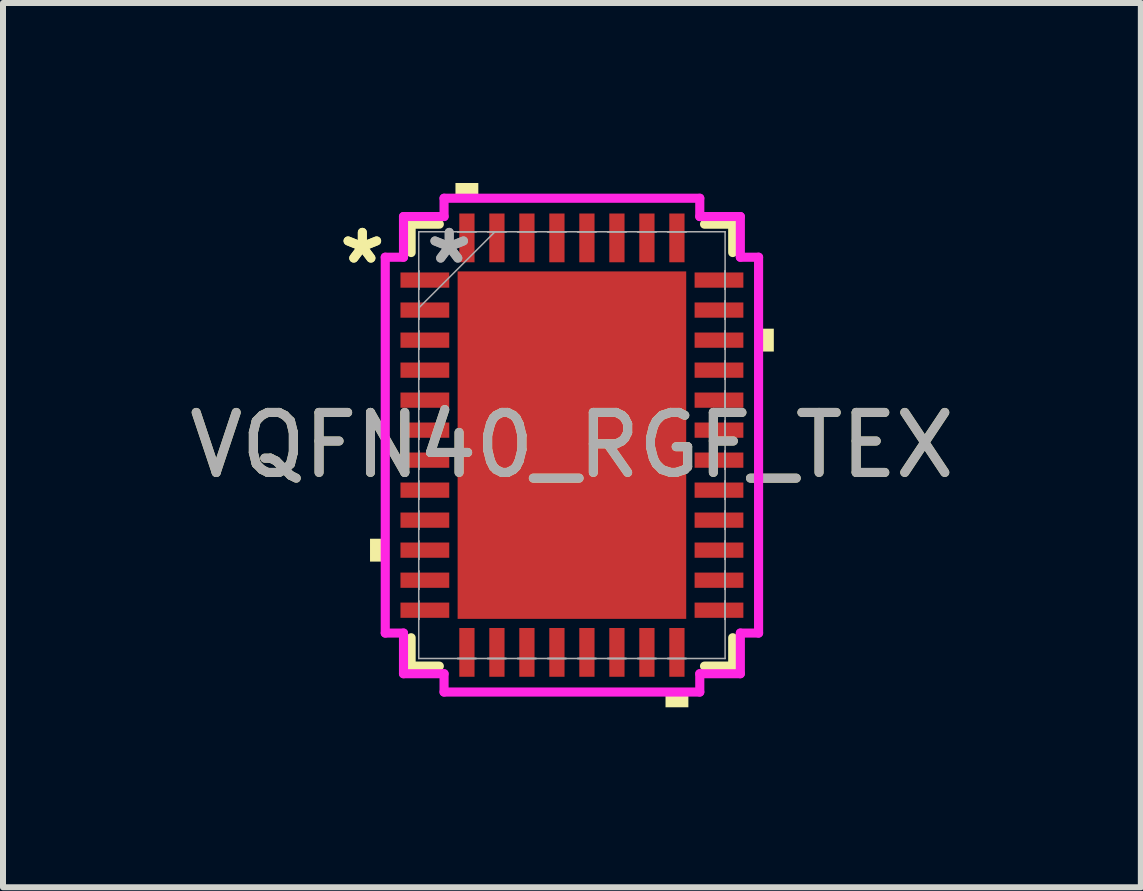
<source format=kicad_pcb>
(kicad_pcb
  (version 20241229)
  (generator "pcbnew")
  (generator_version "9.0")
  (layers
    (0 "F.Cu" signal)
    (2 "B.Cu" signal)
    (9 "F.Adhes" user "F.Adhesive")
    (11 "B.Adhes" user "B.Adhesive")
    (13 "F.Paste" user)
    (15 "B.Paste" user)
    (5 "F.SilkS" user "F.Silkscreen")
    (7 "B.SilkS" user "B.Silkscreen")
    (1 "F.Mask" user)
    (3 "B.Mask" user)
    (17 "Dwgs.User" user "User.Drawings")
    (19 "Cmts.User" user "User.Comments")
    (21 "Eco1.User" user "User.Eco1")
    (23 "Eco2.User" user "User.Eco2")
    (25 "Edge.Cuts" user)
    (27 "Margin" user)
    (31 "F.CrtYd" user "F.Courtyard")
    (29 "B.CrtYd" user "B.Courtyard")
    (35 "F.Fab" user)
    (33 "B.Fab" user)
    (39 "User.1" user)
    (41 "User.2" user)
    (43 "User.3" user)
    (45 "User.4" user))
  (footprint "VQFN40_RGF_TEX"
    (layer "F.Cu")
    (at 6.482 4.369)
    (property "Reference" "VQFN40_RGF_TEX" (at 0 0 0) (unlocked yes) (layer "F.SilkS") (effects (font (size 1 1) (thickness 0.15))))
    (attr smd)
    (fp_line (start -2.68 -3.683) (end -2.68 -3.21) (stroke (width 0.152) (type solid)) (layer "F.SilkS"))
    (fp_line (start -2.68 3.21) (end -2.68 3.683) (stroke (width 0.152) (type solid)) (layer "F.SilkS"))
    (fp_line (start -2.68 3.683) (end -2.21 3.683) (stroke (width 0.152) (type solid)) (layer "F.SilkS"))
    (fp_line (start -2.21 -3.683) (end -2.68 -3.683) (stroke (width 0.152) (type solid)) (layer "F.SilkS"))
    (fp_line (start 2.21 3.683) (end 2.68 3.683) (stroke (width 0.152) (type solid)) (layer "F.SilkS"))
    (fp_line (start 2.68 -3.683) (end 2.21 -3.683) (stroke (width 0.152) (type solid)) (layer "F.SilkS"))
    (fp_line (start 2.68 -3.21) (end 2.68 -3.683) (stroke (width 0.152) (type solid)) (layer "F.SilkS"))
    (fp_line (start 2.68 3.683) (end 2.68 3.21) (stroke (width 0.152) (type solid)) (layer "F.SilkS"))
    (fp_poly (pts (xy -3.365 1.56) (xy -3.365 1.941) (xy -3.111 1.941) (xy -3.111 1.56)) (stroke (width 0) (type solid)) (fill yes) (layer "F.SilkS"))
    (fp_poly (pts (xy -1.941 -4.115) (xy -1.941 -4.369) (xy -1.56 -4.369) (xy -1.56 -4.115)) (stroke (width 0) (type solid)) (fill yes) (layer "F.SilkS"))
    (fp_poly (pts (xy 1.56 4.115) (xy 1.56 4.369) (xy 1.941 4.369) (xy 1.941 4.115)) (stroke (width 0) (type solid)) (fill yes) (layer "F.SilkS"))
    (fp_poly (pts (xy 3.365 -1.941) (xy 3.365 -1.56) (xy 3.111 -1.56) (xy 3.111 -1.941)) (stroke (width 0) (type solid)) (fill yes) (layer "F.SilkS"))
    (fp_poly (pts (xy -1.805 -2.796) (xy -1.805 -1.548) (xy -0.735 -1.548) (xy -0.735 -2.796)) (stroke (width 0) (type solid)) (fill yes) (layer "F.Paste"))
    (fp_poly (pts (xy -1.805 -1.348) (xy -1.805 -0.1) (xy -0.735 -0.1) (xy -0.735 -1.348)) (stroke (width 0) (type solid)) (fill yes) (layer "F.Paste"))
    (fp_poly (pts (xy -1.805 0.1) (xy -1.805 1.348) (xy -0.735 1.348) (xy -0.735 0.1)) (stroke (width 0) (type solid)) (fill yes) (layer "F.Paste"))
    (fp_poly (pts (xy -1.805 1.548) (xy -1.805 2.796) (xy -0.735 2.796) (xy -0.735 1.548)) (stroke (width 0) (type solid)) (fill yes) (layer "F.Paste"))
    (fp_poly (pts (xy -0.535 -2.796) (xy -0.535 -1.548) (xy 0.535 -1.548) (xy 0.535 -2.796)) (stroke (width 0) (type solid)) (fill yes) (layer "F.Paste"))
    (fp_poly (pts (xy -0.535 -1.348) (xy -0.535 -0.1) (xy 0.535 -0.1) (xy 0.535 -1.348)) (stroke (width 0) (type solid)) (fill yes) (layer "F.Paste"))
    (fp_poly (pts (xy -0.535 0.1) (xy -0.535 1.348) (xy 0.535 1.348) (xy 0.535 0.1)) (stroke (width 0) (type solid)) (fill yes) (layer "F.Paste"))
    (fp_poly (pts (xy -0.535 1.548) (xy -0.535 2.796) (xy 0.535 2.796) (xy 0.535 1.548)) (stroke (width 0) (type solid)) (fill yes) (layer "F.Paste"))
    (fp_poly (pts (xy 0.735 -2.796) (xy 0.735 -1.548) (xy 1.805 -1.548) (xy 1.805 -2.796)) (stroke (width 0) (type solid)) (fill yes) (layer "F.Paste"))
    (fp_poly (pts (xy 0.735 -1.348) (xy 0.735 -0.1) (xy 1.805 -0.1) (xy 1.805 -1.348)) (stroke (width 0) (type solid)) (fill yes) (layer "F.Paste"))
    (fp_poly (pts (xy 0.735 0.1) (xy 0.735 1.348) (xy 1.805 1.348) (xy 1.805 0.1)) (stroke (width 0) (type solid)) (fill yes) (layer "F.Paste"))
    (fp_poly (pts (xy 0.735 1.548) (xy 0.735 2.796) (xy 1.805 2.796) (xy 1.805 1.548)) (stroke (width 0) (type solid)) (fill yes) (layer "F.Paste"))
    (fp_line (start -3.111 -3.132) (end -2.807 -3.132) (stroke (width 0.152) (type solid)) (layer "F.CrtYd"))
    (fp_line (start -3.111 3.132) (end -3.111 -3.132) (stroke (width 0.152) (type solid)) (layer "F.CrtYd"))
    (fp_line (start -2.807 -3.81) (end -2.131 -3.81) (stroke (width 0.152) (type solid)) (layer "F.CrtYd"))
    (fp_line (start -2.807 -3.132) (end -2.807 -3.81) (stroke (width 0.152) (type solid)) (layer "F.CrtYd"))
    (fp_line (start -2.807 3.132) (end -3.111 3.132) (stroke (width 0.152) (type solid)) (layer "F.CrtYd"))
    (fp_line (start -2.807 3.81) (end -2.807 3.132) (stroke (width 0.152) (type solid)) (layer "F.CrtYd"))
    (fp_line (start -2.131 -4.115) (end 2.131 -4.115) (stroke (width 0.152) (type solid)) (layer "F.CrtYd"))
    (fp_line (start -2.131 -3.81) (end -2.131 -4.115) (stroke (width 0.152) (type solid)) (layer "F.CrtYd"))
    (fp_line (start -2.131 3.81) (end -2.807 3.81) (stroke (width 0.152) (type solid)) (layer "F.CrtYd"))
    (fp_line (start -2.131 4.115) (end -2.131 3.81) (stroke (width 0.152) (type solid)) (layer "F.CrtYd"))
    (fp_line (start 2.131 -4.115) (end 2.131 -3.81) (stroke (width 0.152) (type solid)) (layer "F.CrtYd"))
    (fp_line (start 2.131 -3.81) (end 2.807 -3.81) (stroke (width 0.152) (type solid)) (layer "F.CrtYd"))
    (fp_line (start 2.131 3.81) (end 2.131 4.115) (stroke (width 0.152) (type solid)) (layer "F.CrtYd"))
    (fp_line (start 2.131 4.115) (end -2.131 4.115) (stroke (width 0.152) (type solid)) (layer "F.CrtYd"))
    (fp_line (start 2.807 -3.81) (end 2.807 -3.132) (stroke (width 0.152) (type solid)) (layer "F.CrtYd"))
    (fp_line (start 2.807 -3.132) (end 3.111 -3.132) (stroke (width 0.152) (type solid)) (layer "F.CrtYd"))
    (fp_line (start 2.807 3.132) (end 2.807 3.81) (stroke (width 0.152) (type solid)) (layer "F.CrtYd"))
    (fp_line (start 2.807 3.81) (end 2.131 3.81) (stroke (width 0.152) (type solid)) (layer "F.CrtYd"))
    (fp_line (start 3.111 -3.132) (end 3.111 3.132) (stroke (width 0.152) (type solid)) (layer "F.CrtYd"))
    (fp_line (start 3.111 3.132) (end 2.807 3.132) (stroke (width 0.152) (type solid)) (layer "F.CrtYd"))
    (fp_line (start -2.553 -3.556) (end -2.553 -3.556) (stroke (width 0.025) (type solid)) (layer "F.Fab"))
    (fp_line (start -2.553 -3.556) (end -2.553 3.556) (stroke (width 0.025) (type solid)) (layer "F.Fab"))
    (fp_line (start -2.553 -2.903) (end -2.553 -2.903) (stroke (width 0.025) (type solid)) (layer "F.Fab"))
    (fp_line (start -2.553 -2.903) (end -2.553 -2.598) (stroke (width 0.025) (type solid)) (layer "F.Fab"))
    (fp_line (start -2.553 -2.598) (end -2.553 -2.903) (stroke (width 0.025) (type solid)) (layer "F.Fab"))
    (fp_line (start -2.553 -2.598) (end -2.553 -2.598) (stroke (width 0.025) (type solid)) (layer "F.Fab"))
    (fp_line (start -2.553 -2.403) (end -2.553 -2.403) (stroke (width 0.025) (type solid)) (layer "F.Fab"))
    (fp_line (start -2.553 -2.403) (end -2.553 -2.098) (stroke (width 0.025) (type solid)) (layer "F.Fab"))
    (fp_line (start -2.553 -2.286) (end -1.283 -3.556) (stroke (width 0.025) (type solid)) (layer "F.Fab"))
    (fp_line (start -2.553 -2.098) (end -2.553 -2.403) (stroke (width 0.025) (type solid)) (layer "F.Fab"))
    (fp_line (start -2.553 -2.098) (end -2.553 -2.098) (stroke (width 0.025) (type solid)) (layer "F.Fab"))
    (fp_line (start -2.553 -1.903) (end -2.553 -1.903) (stroke (width 0.025) (type solid)) (layer "F.Fab"))
    (fp_line (start -2.553 -1.903) (end -2.553 -1.598) (stroke (width 0.025) (type solid)) (layer "F.Fab"))
    (fp_line (start -2.553 -1.598) (end -2.553 -1.903) (stroke (width 0.025) (type solid)) (layer "F.Fab"))
    (fp_line (start -2.553 -1.598) (end -2.553 -1.598) (stroke (width 0.025) (type solid)) (layer "F.Fab"))
    (fp_line (start -2.553 -1.403) (end -2.553 -1.403) (stroke (width 0.025) (type solid)) (layer "F.Fab"))
    (fp_line (start -2.553 -1.403) (end -2.553 -1.098) (stroke (width 0.025) (type solid)) (layer "F.Fab"))
    (fp_line (start -2.553 -1.098) (end -2.553 -1.403) (stroke (width 0.025) (type solid)) (layer "F.Fab"))
    (fp_line (start -2.553 -1.098) (end -2.553 -1.098) (stroke (width 0.025) (type solid)) (layer "F.Fab"))
    (fp_line (start -2.553 -0.903) (end -2.553 -0.903) (stroke (width 0.025) (type solid)) (layer "F.Fab"))
    (fp_line (start -2.553 -0.903) (end -2.553 -0.598) (stroke (width 0.025) (type solid)) (layer "F.Fab"))
    (fp_line (start -2.553 -0.598) (end -2.553 -0.903) (stroke (width 0.025) (type solid)) (layer "F.Fab"))
    (fp_line (start -2.553 -0.598) (end -2.553 -0.598) (stroke (width 0.025) (type solid)) (layer "F.Fab"))
    (fp_line (start -2.553 -0.402) (end -2.553 -0.402) (stroke (width 0.025) (type solid)) (layer "F.Fab"))
    (fp_line (start -2.553 -0.402) (end -2.553 -0.098) (stroke (width 0.025) (type solid)) (layer "F.Fab"))
    (fp_line (start -2.553 -0.098) (end -2.553 -0.402) (stroke (width 0.025) (type solid)) (layer "F.Fab"))
    (fp_line (start -2.553 -0.098) (end -2.553 -0.098) (stroke (width 0.025) (type solid)) (layer "F.Fab"))
    (fp_line (start -2.553 0.098) (end -2.553 0.098) (stroke (width 0.025) (type solid)) (layer "F.Fab"))
    (fp_line (start -2.553 0.098) (end -2.553 0.402) (stroke (width 0.025) (type solid)) (layer "F.Fab"))
    (fp_line (start -2.553 0.402) (end -2.553 0.098) (stroke (width 0.025) (type solid)) (layer "F.Fab"))
    (fp_line (start -2.553 0.402) (end -2.553 0.402) (stroke (width 0.025) (type solid)) (layer "F.Fab"))
    (fp_line (start -2.553 0.598) (end -2.553 0.598) (stroke (width 0.025) (type solid)) (layer "F.Fab"))
    (fp_line (start -2.553 0.598) (end -2.553 0.903) (stroke (width 0.025) (type solid)) (layer "F.Fab"))
    (fp_line (start -2.553 0.903) (end -2.553 0.598) (stroke (width 0.025) (type solid)) (layer "F.Fab"))
    (fp_line (start -2.553 0.903) (end -2.553 0.903) (stroke (width 0.025) (type solid)) (layer "F.Fab"))
    (fp_line (start -2.553 1.098) (end -2.553 1.098) (stroke (width 0.025) (type solid)) (layer "F.Fab"))
    (fp_line (start -2.553 1.098) (end -2.553 1.403) (stroke (width 0.025) (type solid)) (layer "F.Fab"))
    (fp_line (start -2.553 1.403) (end -2.553 1.098) (stroke (width 0.025) (type solid)) (layer "F.Fab"))
    (fp_line (start -2.553 1.403) (end -2.553 1.403) (stroke (width 0.025) (type solid)) (layer "F.Fab"))
    (fp_line (start -2.553 1.598) (end -2.553 1.598) (stroke (width 0.025) (type solid)) (layer "F.Fab"))
    (fp_line (start -2.553 1.598) (end -2.553 1.903) (stroke (width 0.025) (type solid)) (layer "F.Fab"))
    (fp_line (start -2.553 1.903) (end -2.553 1.598) (stroke (width 0.025) (type solid)) (layer "F.Fab"))
    (fp_line (start -2.553 1.903) (end -2.553 1.903) (stroke (width 0.025) (type solid)) (layer "F.Fab"))
    (fp_line (start -2.553 2.098) (end -2.553 2.098) (stroke (width 0.025) (type solid)) (layer "F.Fab"))
    (fp_line (start -2.553 2.098) (end -2.553 2.403) (stroke (width 0.025) (type solid)) (layer "F.Fab"))
    (fp_line (start -2.553 2.403) (end -2.553 2.098) (stroke (width 0.025) (type solid)) (layer "F.Fab"))
    (fp_line (start -2.553 2.403) (end -2.553 2.403) (stroke (width 0.025) (type solid)) (layer "F.Fab"))
    (fp_line (start -2.553 2.598) (end -2.553 2.598) (stroke (width 0.025) (type solid)) (layer "F.Fab"))
    (fp_line (start -2.553 2.598) (end -2.553 2.903) (stroke (width 0.025) (type solid)) (layer "F.Fab"))
    (fp_line (start -2.553 2.903) (end -2.553 2.598) (stroke (width 0.025) (type solid)) (layer "F.Fab"))
    (fp_line (start -2.553 2.903) (end -2.553 2.903) (stroke (width 0.025) (type solid)) (layer "F.Fab"))
    (fp_line (start -2.553 3.556) (end -2.553 3.556) (stroke (width 0.025) (type solid)) (layer "F.Fab"))
    (fp_line (start -2.553 3.556) (end 2.553 3.556) (stroke (width 0.025) (type solid)) (layer "F.Fab"))
    (fp_line (start -1.903 -3.556) (end -1.903 -3.556) (stroke (width 0.025) (type solid)) (layer "F.Fab"))
    (fp_line (start -1.903 -3.556) (end -1.598 -3.556) (stroke (width 0.025) (type solid)) (layer "F.Fab"))
    (fp_line (start -1.903 3.556) (end -1.903 3.556) (stroke (width 0.025) (type solid)) (layer "F.Fab"))
    (fp_line (start -1.903 3.556) (end -1.598 3.556) (stroke (width 0.025) (type solid)) (layer "F.Fab"))
    (fp_line (start -1.598 -3.556) (end -1.903 -3.556) (stroke (width 0.025) (type solid)) (layer "F.Fab"))
    (fp_line (start -1.598 -3.556) (end -1.598 -3.556) (stroke (width 0.025) (type solid)) (layer "F.Fab"))
    (fp_line (start -1.598 3.556) (end -1.903 3.556) (stroke (width 0.025) (type solid)) (layer "F.Fab"))
    (fp_line (start -1.598 3.556) (end -1.598 3.556) (stroke (width 0.025) (type solid)) (layer "F.Fab"))
    (fp_line (start -1.403 -3.556) (end -1.403 -3.556) (stroke (width 0.025) (type solid)) (layer "F.Fab"))
    (fp_line (start -1.403 -3.556) (end -1.098 -3.556) (stroke (width 0.025) (type solid)) (layer "F.Fab"))
    (fp_line (start -1.403 3.556) (end -1.403 3.556) (stroke (width 0.025) (type solid)) (layer "F.Fab"))
    (fp_line (start -1.403 3.556) (end -1.098 3.556) (stroke (width 0.025) (type solid)) (layer "F.Fab"))
    (fp_line (start -1.098 -3.556) (end -1.403 -3.556) (stroke (width 0.025) (type solid)) (layer "F.Fab"))
    (fp_line (start -1.098 -3.556) (end -1.098 -3.556) (stroke (width 0.025) (type solid)) (layer "F.Fab"))
    (fp_line (start -1.098 3.556) (end -1.403 3.556) (stroke (width 0.025) (type solid)) (layer "F.Fab"))
    (fp_line (start -1.098 3.556) (end -1.098 3.556) (stroke (width 0.025) (type solid)) (layer "F.Fab"))
    (fp_line (start -0.903 -3.556) (end -0.903 -3.556) (stroke (width 0.025) (type solid)) (layer "F.Fab"))
    (fp_line (start -0.903 -3.556) (end -0.598 -3.556) (stroke (width 0.025) (type solid)) (layer "F.Fab"))
    (fp_line (start -0.903 3.556) (end -0.903 3.556) (stroke (width 0.025) (type solid)) (layer "F.Fab"))
    (fp_line (start -0.903 3.556) (end -0.598 3.556) (stroke (width 0.025) (type solid)) (layer "F.Fab"))
    (fp_line (start -0.598 -3.556) (end -0.903 -3.556) (stroke (width 0.025) (type solid)) (layer "F.Fab"))
    (fp_line (start -0.598 -3.556) (end -0.598 -3.556) (stroke (width 0.025) (type solid)) (layer "F.Fab"))
    (fp_line (start -0.598 3.556) (end -0.903 3.556) (stroke (width 0.025) (type solid)) (layer "F.Fab"))
    (fp_line (start -0.598 3.556) (end -0.598 3.556) (stroke (width 0.025) (type solid)) (layer "F.Fab"))
    (fp_line (start -0.402 -3.556) (end -0.402 -3.556) (stroke (width 0.025) (type solid)) (layer "F.Fab"))
    (fp_line (start -0.402 -3.556) (end -0.098 -3.556) (stroke (width 0.025) (type solid)) (layer "F.Fab"))
    (fp_line (start -0.402 3.556) (end -0.402 3.556) (stroke (width 0.025) (type solid)) (layer "F.Fab"))
    (fp_line (start -0.402 3.556) (end -0.098 3.556) (stroke (width 0.025) (type solid)) (layer "F.Fab"))
    (fp_line (start -0.098 -3.556) (end -0.402 -3.556) (stroke (width 0.025) (type solid)) (layer "F.Fab"))
    (fp_line (start -0.098 -3.556) (end -0.098 -3.556) (stroke (width 0.025) (type solid)) (layer "F.Fab"))
    (fp_line (start -0.098 3.556) (end -0.402 3.556) (stroke (width 0.025) (type solid)) (layer "F.Fab"))
    (fp_line (start -0.098 3.556) (end -0.098 3.556) (stroke (width 0.025) (type solid)) (layer "F.Fab"))
    (fp_line (start 0.098 -3.556) (end 0.098 -3.556) (stroke (width 0.025) (type solid)) (layer "F.Fab"))
    (fp_line (start 0.098 -3.556) (end 0.402 -3.556) (stroke (width 0.025) (type solid)) (layer "F.Fab"))
    (fp_line (start 0.098 3.556) (end 0.098 3.556) (stroke (width 0.025) (type solid)) (layer "F.Fab"))
    (fp_line (start 0.098 3.556) (end 0.402 3.556) (stroke (width 0.025) (type solid)) (layer "F.Fab"))
    (fp_line (start 0.402 -3.556) (end 0.098 -3.556) (stroke (width 0.025) (type solid)) (layer "F.Fab"))
    (fp_line (start 0.402 -3.556) (end 0.402 -3.556) (stroke (width 0.025) (type solid)) (layer "F.Fab"))
    (fp_line (start 0.402 3.556) (end 0.098 3.556) (stroke (width 0.025) (type solid)) (layer "F.Fab"))
    (fp_line (start 0.402 3.556) (end 0.402 3.556) (stroke (width 0.025) (type solid)) (layer "F.Fab"))
    (fp_line (start 0.598 -3.556) (end 0.598 -3.556) (stroke (width 0.025) (type solid)) (layer "F.Fab"))
    (fp_line (start 0.598 -3.556) (end 0.903 -3.556) (stroke (width 0.025) (type solid)) (layer "F.Fab"))
    (fp_line (start 0.598 3.556) (end 0.598 3.556) (stroke (width 0.025) (type solid)) (layer "F.Fab"))
    (fp_line (start 0.598 3.556) (end 0.903 3.556) (stroke (width 0.025) (type solid)) (layer "F.Fab"))
    (fp_line (start 0.903 -3.556) (end 0.598 -3.556) (stroke (width 0.025) (type solid)) (layer "F.Fab"))
    (fp_line (start 0.903 -3.556) (end 0.903 -3.556) (stroke (width 0.025) (type solid)) (layer "F.Fab"))
    (fp_line (start 0.903 3.556) (end 0.598 3.556) (stroke (width 0.025) (type solid)) (layer "F.Fab"))
    (fp_line (start 0.903 3.556) (end 0.903 3.556) (stroke (width 0.025) (type solid)) (layer "F.Fab"))
    (fp_line (start 1.098 -3.556) (end 1.098 -3.556) (stroke (width 0.025) (type solid)) (layer "F.Fab"))
    (fp_line (start 1.098 -3.556) (end 1.403 -3.556) (stroke (width 0.025) (type solid)) (layer "F.Fab"))
    (fp_line (start 1.098 3.556) (end 1.098 3.556) (stroke (width 0.025) (type solid)) (layer "F.Fab"))
    (fp_line (start 1.098 3.556) (end 1.403 3.556) (stroke (width 0.025) (type solid)) (layer "F.Fab"))
    (fp_line (start 1.403 -3.556) (end 1.098 -3.556) (stroke (width 0.025) (type solid)) (layer "F.Fab"))
    (fp_line (start 1.403 -3.556) (end 1.403 -3.556) (stroke (width 0.025) (type solid)) (layer "F.Fab"))
    (fp_line (start 1.403 3.556) (end 1.098 3.556) (stroke (width 0.025) (type solid)) (layer "F.Fab"))
    (fp_line (start 1.403 3.556) (end 1.403 3.556) (stroke (width 0.025) (type solid)) (layer "F.Fab"))
    (fp_line (start 1.598 -3.556) (end 1.598 -3.556) (stroke (width 0.025) (type solid)) (layer "F.Fab"))
    (fp_line (start 1.598 -3.556) (end 1.903 -3.556) (stroke (width 0.025) (type solid)) (layer "F.Fab"))
    (fp_line (start 1.598 3.556) (end 1.598 3.556) (stroke (width 0.025) (type solid)) (layer "F.Fab"))
    (fp_line (start 1.598 3.556) (end 1.903 3.556) (stroke (width 0.025) (type solid)) (layer "F.Fab"))
    (fp_line (start 1.903 -3.556) (end 1.598 -3.556) (stroke (width 0.025) (type solid)) (layer "F.Fab"))
    (fp_line (start 1.903 -3.556) (end 1.903 -3.556) (stroke (width 0.025) (type solid)) (layer "F.Fab"))
    (fp_line (start 1.903 3.556) (end 1.598 3.556) (stroke (width 0.025) (type solid)) (layer "F.Fab"))
    (fp_line (start 1.903 3.556) (end 1.903 3.556) (stroke (width 0.025) (type solid)) (layer "F.Fab"))
    (fp_line (start 2.553 -3.556) (end -2.553 -3.556) (stroke (width 0.025) (type solid)) (layer "F.Fab"))
    (fp_line (start 2.553 -3.556) (end 2.553 -3.556) (stroke (width 0.025) (type solid)) (layer "F.Fab"))
    (fp_line (start 2.553 -2.903) (end 2.553 -2.903) (stroke (width 0.025) (type solid)) (layer "F.Fab"))
    (fp_line (start 2.553 -2.903) (end 2.553 -2.598) (stroke (width 0.025) (type solid)) (layer "F.Fab"))
    (fp_line (start 2.553 -2.598) (end 2.553 -2.903) (stroke (width 0.025) (type solid)) (layer "F.Fab"))
    (fp_line (start 2.553 -2.598) (end 2.553 -2.598) (stroke (width 0.025) (type solid)) (layer "F.Fab"))
    (fp_line (start 2.553 -2.403) (end 2.553 -2.403) (stroke (width 0.025) (type solid)) (layer "F.Fab"))
    (fp_line (start 2.553 -2.403) (end 2.553 -2.098) (stroke (width 0.025) (type solid)) (layer "F.Fab"))
    (fp_line (start 2.553 -2.098) (end 2.553 -2.403) (stroke (width 0.025) (type solid)) (layer "F.Fab"))
    (fp_line (start 2.553 -2.098) (end 2.553 -2.098) (stroke (width 0.025) (type solid)) (layer "F.Fab"))
    (fp_line (start 2.553 -1.903) (end 2.553 -1.903) (stroke (width 0.025) (type solid)) (layer "F.Fab"))
    (fp_line (start 2.553 -1.903) (end 2.553 -1.598) (stroke (width 0.025) (type solid)) (layer "F.Fab"))
    (fp_line (start 2.553 -1.598) (end 2.553 -1.903) (stroke (width 0.025) (type solid)) (layer "F.Fab"))
    (fp_line (start 2.553 -1.598) (end 2.553 -1.598) (stroke (width 0.025) (type solid)) (layer "F.Fab"))
    (fp_line (start 2.553 -1.403) (end 2.553 -1.403) (stroke (width 0.025) (type solid)) (layer "F.Fab"))
    (fp_line (start 2.553 -1.403) (end 2.553 -1.098) (stroke (width 0.025) (type solid)) (layer "F.Fab"))
    (fp_line (start 2.553 -1.098) (end 2.553 -1.403) (stroke (width 0.025) (type solid)) (layer "F.Fab"))
    (fp_line (start 2.553 -1.098) (end 2.553 -1.098) (stroke (width 0.025) (type solid)) (layer "F.Fab"))
    (fp_line (start 2.553 -0.903) (end 2.553 -0.903) (stroke (width 0.025) (type solid)) (layer "F.Fab"))
    (fp_line (start 2.553 -0.903) (end 2.553 -0.598) (stroke (width 0.025) (type solid)) (layer "F.Fab"))
    (fp_line (start 2.553 -0.598) (end 2.553 -0.903) (stroke (width 0.025) (type solid)) (layer "F.Fab"))
    (fp_line (start 2.553 -0.598) (end 2.553 -0.598) (stroke (width 0.025) (type solid)) (layer "F.Fab"))
    (fp_line (start 2.553 -0.402) (end 2.553 -0.402) (stroke (width 0.025) (type solid)) (layer "F.Fab"))
    (fp_line (start 2.553 -0.402) (end 2.553 -0.098) (stroke (width 0.025) (type solid)) (layer "F.Fab"))
    (fp_line (start 2.553 -0.098) (end 2.553 -0.402) (stroke (width 0.025) (type solid)) (layer "F.Fab"))
    (fp_line (start 2.553 -0.098) (end 2.553 -0.098) (stroke (width 0.025) (type solid)) (layer "F.Fab"))
    (fp_line (start 2.553 0.098) (end 2.553 0.098) (stroke (width 0.025) (type solid)) (layer "F.Fab"))
    (fp_line (start 2.553 0.098) (end 2.553 0.402) (stroke (width 0.025) (type solid)) (layer "F.Fab"))
    (fp_line (start 2.553 0.402) (end 2.553 0.098) (stroke (width 0.025) (type solid)) (layer "F.Fab"))
    (fp_line (start 2.553 0.402) (end 2.553 0.402) (stroke (width 0.025) (type solid)) (layer "F.Fab"))
    (fp_line (start 2.553 0.598) (end 2.553 0.598) (stroke (width 0.025) (type solid)) (layer "F.Fab"))
    (fp_line (start 2.553 0.598) (end 2.553 0.903) (stroke (width 0.025) (type solid)) (layer "F.Fab"))
    (fp_line (start 2.553 0.903) (end 2.553 0.598) (stroke (width 0.025) (type solid)) (layer "F.Fab"))
    (fp_line (start 2.553 0.903) (end 2.553 0.903) (stroke (width 0.025) (type solid)) (layer "F.Fab"))
    (fp_line (start 2.553 1.098) (end 2.553 1.098) (stroke (width 0.025) (type solid)) (layer "F.Fab"))
    (fp_line (start 2.553 1.098) (end 2.553 1.403) (stroke (width 0.025) (type solid)) (layer "F.Fab"))
    (fp_line (start 2.553 1.403) (end 2.553 1.098) (stroke (width 0.025) (type solid)) (layer "F.Fab"))
    (fp_line (start 2.553 1.403) (end 2.553 1.403) (stroke (width 0.025) (type solid)) (layer "F.Fab"))
    (fp_line (start 2.553 1.598) (end 2.553 1.598) (stroke (width 0.025) (type solid)) (layer "F.Fab"))
    (fp_line (start 2.553 1.598) (end 2.553 1.903) (stroke (width 0.025) (type solid)) (layer "F.Fab"))
    (fp_line (start 2.553 1.903) (end 2.553 1.598) (stroke (width 0.025) (type solid)) (layer "F.Fab"))
    (fp_line (start 2.553 1.903) (end 2.553 1.903) (stroke (width 0.025) (type solid)) (layer "F.Fab"))
    (fp_line (start 2.553 2.098) (end 2.553 2.098) (stroke (width 0.025) (type solid)) (layer "F.Fab"))
    (fp_line (start 2.553 2.098) (end 2.553 2.403) (stroke (width 0.025) (type solid)) (layer "F.Fab"))
    (fp_line (start 2.553 2.403) (end 2.553 2.098) (stroke (width 0.025) (type solid)) (layer "F.Fab"))
    (fp_line (start 2.553 2.403) (end 2.553 2.403) (stroke (width 0.025) (type solid)) (layer "F.Fab"))
    (fp_line (start 2.553 2.598) (end 2.553 2.598) (stroke (width 0.025) (type solid)) (layer "F.Fab"))
    (fp_line (start 2.553 2.598) (end 2.553 2.903) (stroke (width 0.025) (type solid)) (layer "F.Fab"))
    (fp_line (start 2.553 2.903) (end 2.553 2.598) (stroke (width 0.025) (type solid)) (layer "F.Fab"))
    (fp_line (start 2.553 2.903) (end 2.553 2.903) (stroke (width 0.025) (type solid)) (layer "F.Fab"))
    (fp_line (start 2.553 3.556) (end 2.553 -3.556) (stroke (width 0.025) (type solid)) (layer "F.Fab"))
    (fp_line (start 2.553 3.556) (end 2.553 3.556) (stroke (width 0.025) (type solid)) (layer "F.Fab"))
    (fp_text user "*" (at -3.493 -3.001 0) (layer "F.SilkS") (effects (font (size 1 1) (thickness 0.15))))
    (fp_text user "*" (at -3.493 -3.001 0) (unlocked yes) (layer "F.SilkS") (effects (font (size 1 1) (thickness 0.15))))
    (fp_text user "${REFERENCE}" (at 0 0 0) (unlocked yes) (layer "F.Fab") (effects (font (size 1 1) (thickness 0.15))))
    (fp_text user "*" (at -2.045 -3.001 0) (layer "F.Fab") (effects (font (size 1 1) (thickness 0.15))))
    (fp_text user "*" (at -2.045 -3.001 0) (unlocked yes) (layer "F.Fab") (effects (font (size 1 1) (thickness 0.15))))
    (pad "1" smd rect (at -2.451 -2.751 90) (size 0.254 0.813) (layers "F.Cu" "F.Mask" "F.Paste"))
    (pad "2" smd rect (at -2.451 -2.251 90) (size 0.254 0.813) (layers "F.Cu" "F.Mask" "F.Paste"))
    (pad "3" smd rect (at -2.451 -1.75 90) (size 0.254 0.813) (layers "F.Cu" "F.Mask" "F.Paste"))
    (pad "4" smd rect (at -2.451 -1.25 90) (size 0.254 0.813) (layers "F.Cu" "F.Mask" "F.Paste"))
    (pad "5" smd rect (at -2.451 -0.75 90) (size 0.254 0.813) (layers "F.Cu" "F.Mask" "F.Paste"))
    (pad "6" smd rect (at -2.451 -0.25 90) (size 0.254 0.813) (layers "F.Cu" "F.Mask" "F.Paste"))
    (pad "7" smd rect (at -2.451 0.25 90) (size 0.254 0.813) (layers "F.Cu" "F.Mask" "F.Paste"))
    (pad "8" smd rect (at -2.451 0.75 90) (size 0.254 0.813) (layers "F.Cu" "F.Mask" "F.Paste"))
    (pad "9" smd rect (at -2.451 1.25 90) (size 0.254 0.813) (layers "F.Cu" "F.Mask" "F.Paste"))
    (pad "10" smd rect (at -2.451 1.75 90) (size 0.254 0.813) (layers "F.Cu" "F.Mask" "F.Paste"))
    (pad "11" smd rect (at -2.451 2.251 90) (size 0.254 0.813) (layers "F.Cu" "F.Mask" "F.Paste"))
    (pad "12" smd rect (at -2.451 2.751 90) (size 0.254 0.813) (layers "F.Cu" "F.Mask" "F.Paste"))
    (pad "13" smd rect (at -1.75 3.454) (size 0.254 0.813) (layers "F.Cu" "F.Mask" "F.Paste"))
    (pad "14" smd rect (at -1.25 3.454) (size 0.254 0.813) (layers "F.Cu" "F.Mask" "F.Paste"))
    (pad "15" smd rect (at -0.75 3.454) (size 0.254 0.813) (layers "F.Cu" "F.Mask" "F.Paste"))
    (pad "16" smd rect (at -0.25 3.454) (size 0.254 0.813) (layers "F.Cu" "F.Mask" "F.Paste"))
    (pad "17" smd rect (at 0.25 3.454) (size 0.254 0.813) (layers "F.Cu" "F.Mask" "F.Paste"))
    (pad "18" smd rect (at 0.75 3.454) (size 0.254 0.813) (layers "F.Cu" "F.Mask" "F.Paste"))
    (pad "19" smd rect (at 1.25 3.454) (size 0.254 0.813) (layers "F.Cu" "F.Mask" "F.Paste"))
    (pad "20" smd rect (at 1.75 3.454) (size 0.254 0.813) (layers "F.Cu" "F.Mask" "F.Paste"))
    (pad "21" smd rect (at 2.451 2.751 90) (size 0.254 0.813) (layers "F.Cu" "F.Mask" "F.Paste"))
    (pad "22" smd rect (at 2.451 2.251 90) (size 0.254 0.813) (layers "F.Cu" "F.Mask" "F.Paste"))
    (pad "23" smd rect (at 2.451 1.75 90) (size 0.254 0.813) (layers "F.Cu" "F.Mask" "F.Paste"))
    (pad "24" smd rect (at 2.451 1.25 90) (size 0.254 0.813) (layers "F.Cu" "F.Mask" "F.Paste"))
    (pad "25" smd rect (at 2.451 0.75 90) (size 0.254 0.813) (layers "F.Cu" "F.Mask" "F.Paste"))
    (pad "26" smd rect (at 2.451 0.25 90) (size 0.254 0.813) (layers "F.Cu" "F.Mask" "F.Paste"))
    (pad "27" smd rect (at 2.451 -0.25 90) (size 0.254 0.813) (layers "F.Cu" "F.Mask" "F.Paste"))
    (pad "28" smd rect (at 2.451 -0.75 90) (size 0.254 0.813) (layers "F.Cu" "F.Mask" "F.Paste"))
    (pad "29" smd rect (at 2.451 -1.25 90) (size 0.254 0.813) (layers "F.Cu" "F.Mask" "F.Paste"))
    (pad "30" smd rect (at 2.451 -1.75 90) (size 0.254 0.813) (layers "F.Cu" "F.Mask" "F.Paste"))
    (pad "31" smd rect (at 2.451 -2.251 90) (size 0.254 0.813) (layers "F.Cu" "F.Mask" "F.Paste"))
    (pad "32" smd rect (at 2.451 -2.751 90) (size 0.254 0.813) (layers "F.Cu" "F.Mask" "F.Paste"))
    (pad "33" smd rect (at 1.75 -3.454) (size 0.254 0.813) (layers "F.Cu" "F.Mask" "F.Paste"))
    (pad "34" smd rect (at 1.25 -3.454) (size 0.254 0.813) (layers "F.Cu" "F.Mask" "F.Paste"))
    (pad "35" smd rect (at 0.75 -3.454) (size 0.254 0.813) (layers "F.Cu" "F.Mask" "F.Paste"))
    (pad "36" smd rect (at 0.25 -3.454) (size 0.254 0.813) (layers "F.Cu" "F.Mask" "F.Paste"))
    (pad "37" smd rect (at -0.25 -3.454) (size 0.254 0.813) (layers "F.Cu" "F.Mask" "F.Paste"))
    (pad "38" smd rect (at -0.75 -3.454) (size 0.254 0.813) (layers "F.Cu" "F.Mask" "F.Paste"))
    (pad "39" smd rect (at -1.25 -3.454) (size 0.254 0.813) (layers "F.Cu" "F.Mask" "F.Paste"))
    (pad "40" smd rect (at -1.75 -3.454) (size 0.254 0.813) (layers "F.Cu" "F.Mask" "F.Paste"))
    (pad "41" smd rect (at 0 0) (size 3.81 5.791) (layers "F.Cu" "F.Mask")))
  (gr_rect
    (start -3 -3)
    (end 15.964 11.738)
    (stroke (width 0.1) (type default))
    (fill no)
    (layer "Edge.Cuts")))
</source>
